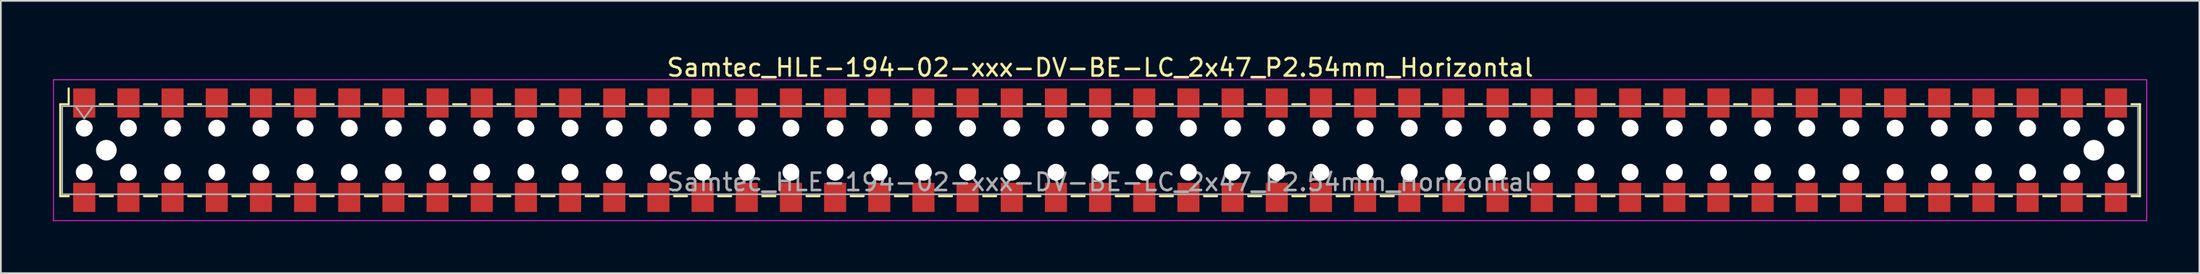
<source format=kicad_pcb>
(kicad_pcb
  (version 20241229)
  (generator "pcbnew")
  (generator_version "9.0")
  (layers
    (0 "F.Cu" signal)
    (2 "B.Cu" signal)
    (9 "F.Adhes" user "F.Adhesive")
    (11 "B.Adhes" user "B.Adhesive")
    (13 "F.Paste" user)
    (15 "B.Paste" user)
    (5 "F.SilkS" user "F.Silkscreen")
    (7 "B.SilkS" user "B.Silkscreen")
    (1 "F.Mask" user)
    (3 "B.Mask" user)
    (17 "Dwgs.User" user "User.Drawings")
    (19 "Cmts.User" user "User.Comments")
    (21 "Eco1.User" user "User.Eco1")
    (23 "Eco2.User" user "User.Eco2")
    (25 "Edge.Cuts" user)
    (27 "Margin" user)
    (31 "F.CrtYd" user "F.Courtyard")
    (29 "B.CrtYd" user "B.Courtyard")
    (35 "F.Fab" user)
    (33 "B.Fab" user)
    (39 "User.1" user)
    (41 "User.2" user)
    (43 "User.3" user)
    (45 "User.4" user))
  (footprint "Samtec_HLE-194-02-xxx-DV-BE-LC_2x47_P2.54mm_Horizontal"
    (layer "F.Cu")
    (at 60.215 5.608)
    (property "Reference" "Samtec_HLE-194-02-xxx-DV-BE-LC_2x47_P2.54mm_Horizontal" (at 0 -4.76 0) (layer "F.SilkS") (effects (font (size 1 1) (thickness 0.15))))
    (attr smd)
    (fp_line (start -59.8 -2.65) (end -59.8 2.65) (stroke (width 0.12) (type solid)) (layer "F.SilkS"))
    (fp_line (start -59.8 2.65) (end -59.315 2.65) (stroke (width 0.12) (type solid)) (layer "F.SilkS"))
    (fp_line (start -59.315 -3.56) (end -59.315 -2.65) (stroke (width 0.12) (type solid)) (layer "F.SilkS"))
    (fp_line (start -59.315 -2.65) (end -59.8 -2.65) (stroke (width 0.12) (type solid)) (layer "F.SilkS"))
    (fp_line (start -57.525 -2.65) (end -56.775 -2.65) (stroke (width 0.12) (type solid)) (layer "F.SilkS"))
    (fp_line (start -57.525 2.65) (end -56.775 2.65) (stroke (width 0.12) (type solid)) (layer "F.SilkS"))
    (fp_line (start -54.985 -2.65) (end -54.235 -2.65) (stroke (width 0.12) (type solid)) (layer "F.SilkS"))
    (fp_line (start -54.985 2.65) (end -54.235 2.65) (stroke (width 0.12) (type solid)) (layer "F.SilkS"))
    (fp_line (start -52.445 -2.65) (end -51.695 -2.65) (stroke (width 0.12) (type solid)) (layer "F.SilkS"))
    (fp_line (start -52.445 2.65) (end -51.695 2.65) (stroke (width 0.12) (type solid)) (layer "F.SilkS"))
    (fp_line (start -49.905 -2.65) (end -49.155 -2.65) (stroke (width 0.12) (type solid)) (layer "F.SilkS"))
    (fp_line (start -49.905 2.65) (end -49.155 2.65) (stroke (width 0.12) (type solid)) (layer "F.SilkS"))
    (fp_line (start -47.365 -2.65) (end -46.615 -2.65) (stroke (width 0.12) (type solid)) (layer "F.SilkS"))
    (fp_line (start -47.365 2.65) (end -46.615 2.65) (stroke (width 0.12) (type solid)) (layer "F.SilkS"))
    (fp_line (start -44.825 -2.65) (end -44.075 -2.65) (stroke (width 0.12) (type solid)) (layer "F.SilkS"))
    (fp_line (start -44.825 2.65) (end -44.075 2.65) (stroke (width 0.12) (type solid)) (layer "F.SilkS"))
    (fp_line (start -42.285 -2.65) (end -41.535 -2.65) (stroke (width 0.12) (type solid)) (layer "F.SilkS"))
    (fp_line (start -42.285 2.65) (end -41.535 2.65) (stroke (width 0.12) (type solid)) (layer "F.SilkS"))
    (fp_line (start -39.745 -2.65) (end -38.995 -2.65) (stroke (width 0.12) (type solid)) (layer "F.SilkS"))
    (fp_line (start -39.745 2.65) (end -38.995 2.65) (stroke (width 0.12) (type solid)) (layer "F.SilkS"))
    (fp_line (start -37.205 -2.65) (end -36.455 -2.65) (stroke (width 0.12) (type solid)) (layer "F.SilkS"))
    (fp_line (start -37.205 2.65) (end -36.455 2.65) (stroke (width 0.12) (type solid)) (layer "F.SilkS"))
    (fp_line (start -34.665 -2.65) (end -33.915 -2.65) (stroke (width 0.12) (type solid)) (layer "F.SilkS"))
    (fp_line (start -34.665 2.65) (end -33.915 2.65) (stroke (width 0.12) (type solid)) (layer "F.SilkS"))
    (fp_line (start -32.125 -2.65) (end -31.375 -2.65) (stroke (width 0.12) (type solid)) (layer "F.SilkS"))
    (fp_line (start -32.125 2.65) (end -31.375 2.65) (stroke (width 0.12) (type solid)) (layer "F.SilkS"))
    (fp_line (start -29.585 -2.65) (end -28.835 -2.65) (stroke (width 0.12) (type solid)) (layer "F.SilkS"))
    (fp_line (start -29.585 2.65) (end -28.835 2.65) (stroke (width 0.12) (type solid)) (layer "F.SilkS"))
    (fp_line (start -27.045 -2.65) (end -26.295 -2.65) (stroke (width 0.12) (type solid)) (layer "F.SilkS"))
    (fp_line (start -27.045 2.65) (end -26.295 2.65) (stroke (width 0.12) (type solid)) (layer "F.SilkS"))
    (fp_line (start -24.505 -2.65) (end -23.755 -2.65) (stroke (width 0.12) (type solid)) (layer "F.SilkS"))
    (fp_line (start -24.505 2.65) (end -23.755 2.65) (stroke (width 0.12) (type solid)) (layer "F.SilkS"))
    (fp_line (start -21.965 -2.65) (end -21.215 -2.65) (stroke (width 0.12) (type solid)) (layer "F.SilkS"))
    (fp_line (start -21.965 2.65) (end -21.215 2.65) (stroke (width 0.12) (type solid)) (layer "F.SilkS"))
    (fp_line (start -19.425 -2.65) (end -18.675 -2.65) (stroke (width 0.12) (type solid)) (layer "F.SilkS"))
    (fp_line (start -19.425 2.65) (end -18.675 2.65) (stroke (width 0.12) (type solid)) (layer "F.SilkS"))
    (fp_line (start -16.885 -2.65) (end -16.135 -2.65) (stroke (width 0.12) (type solid)) (layer "F.SilkS"))
    (fp_line (start -16.885 2.65) (end -16.135 2.65) (stroke (width 0.12) (type solid)) (layer "F.SilkS"))
    (fp_line (start -14.345 -2.65) (end -13.595 -2.65) (stroke (width 0.12) (type solid)) (layer "F.SilkS"))
    (fp_line (start -14.345 2.65) (end -13.595 2.65) (stroke (width 0.12) (type solid)) (layer "F.SilkS"))
    (fp_line (start -11.805 -2.65) (end -11.055 -2.65) (stroke (width 0.12) (type solid)) (layer "F.SilkS"))
    (fp_line (start -11.805 2.65) (end -11.055 2.65) (stroke (width 0.12) (type solid)) (layer "F.SilkS"))
    (fp_line (start -9.265 -2.65) (end -8.515 -2.65) (stroke (width 0.12) (type solid)) (layer "F.SilkS"))
    (fp_line (start -9.265 2.65) (end -8.515 2.65) (stroke (width 0.12) (type solid)) (layer "F.SilkS"))
    (fp_line (start -6.725 -2.65) (end -5.975 -2.65) (stroke (width 0.12) (type solid)) (layer "F.SilkS"))
    (fp_line (start -6.725 2.65) (end -5.975 2.65) (stroke (width 0.12) (type solid)) (layer "F.SilkS"))
    (fp_line (start -4.185 -2.65) (end -3.435 -2.65) (stroke (width 0.12) (type solid)) (layer "F.SilkS"))
    (fp_line (start -4.185 2.65) (end -3.435 2.65) (stroke (width 0.12) (type solid)) (layer "F.SilkS"))
    (fp_line (start -1.645 -2.65) (end -0.895 -2.65) (stroke (width 0.12) (type solid)) (layer "F.SilkS"))
    (fp_line (start -1.645 2.65) (end -0.895 2.65) (stroke (width 0.12) (type solid)) (layer "F.SilkS"))
    (fp_line (start 0.895 -2.65) (end 1.645 -2.65) (stroke (width 0.12) (type solid)) (layer "F.SilkS"))
    (fp_line (start 0.895 2.65) (end 1.645 2.65) (stroke (width 0.12) (type solid)) (layer "F.SilkS"))
    (fp_line (start 3.435 -2.65) (end 4.185 -2.65) (stroke (width 0.12) (type solid)) (layer "F.SilkS"))
    (fp_line (start 3.435 2.65) (end 4.185 2.65) (stroke (width 0.12) (type solid)) (layer "F.SilkS"))
    (fp_line (start 5.975 -2.65) (end 6.725 -2.65) (stroke (width 0.12) (type solid)) (layer "F.SilkS"))
    (fp_line (start 5.975 2.65) (end 6.725 2.65) (stroke (width 0.12) (type solid)) (layer "F.SilkS"))
    (fp_line (start 8.515 -2.65) (end 9.265 -2.65) (stroke (width 0.12) (type solid)) (layer "F.SilkS"))
    (fp_line (start 8.515 2.65) (end 9.265 2.65) (stroke (width 0.12) (type solid)) (layer "F.SilkS"))
    (fp_line (start 11.055 -2.65) (end 11.805 -2.65) (stroke (width 0.12) (type solid)) (layer "F.SilkS"))
    (fp_line (start 11.055 2.65) (end 11.805 2.65) (stroke (width 0.12) (type solid)) (layer "F.SilkS"))
    (fp_line (start 13.595 -2.65) (end 14.345 -2.65) (stroke (width 0.12) (type solid)) (layer "F.SilkS"))
    (fp_line (start 13.595 2.65) (end 14.345 2.65) (stroke (width 0.12) (type solid)) (layer "F.SilkS"))
    (fp_line (start 16.135 -2.65) (end 16.885 -2.65) (stroke (width 0.12) (type solid)) (layer "F.SilkS"))
    (fp_line (start 16.135 2.65) (end 16.885 2.65) (stroke (width 0.12) (type solid)) (layer "F.SilkS"))
    (fp_line (start 18.675 -2.65) (end 19.425 -2.65) (stroke (width 0.12) (type solid)) (layer "F.SilkS"))
    (fp_line (start 18.675 2.65) (end 19.425 2.65) (stroke (width 0.12) (type solid)) (layer "F.SilkS"))
    (fp_line (start 21.215 -2.65) (end 21.965 -2.65) (stroke (width 0.12) (type solid)) (layer "F.SilkS"))
    (fp_line (start 21.215 2.65) (end 21.965 2.65) (stroke (width 0.12) (type solid)) (layer "F.SilkS"))
    (fp_line (start 23.755 -2.65) (end 24.505 -2.65) (stroke (width 0.12) (type solid)) (layer "F.SilkS"))
    (fp_line (start 23.755 2.65) (end 24.505 2.65) (stroke (width 0.12) (type solid)) (layer "F.SilkS"))
    (fp_line (start 26.295 -2.65) (end 27.045 -2.65) (stroke (width 0.12) (type solid)) (layer "F.SilkS"))
    (fp_line (start 26.295 2.65) (end 27.045 2.65) (stroke (width 0.12) (type solid)) (layer "F.SilkS"))
    (fp_line (start 28.835 -2.65) (end 29.585 -2.65) (stroke (width 0.12) (type solid)) (layer "F.SilkS"))
    (fp_line (start 28.835 2.65) (end 29.585 2.65) (stroke (width 0.12) (type solid)) (layer "F.SilkS"))
    (fp_line (start 31.375 -2.65) (end 32.125 -2.65) (stroke (width 0.12) (type solid)) (layer "F.SilkS"))
    (fp_line (start 31.375 2.65) (end 32.125 2.65) (stroke (width 0.12) (type solid)) (layer "F.SilkS"))
    (fp_line (start 33.915 -2.65) (end 34.665 -2.65) (stroke (width 0.12) (type solid)) (layer "F.SilkS"))
    (fp_line (start 33.915 2.65) (end 34.665 2.65) (stroke (width 0.12) (type solid)) (layer "F.SilkS"))
    (fp_line (start 36.455 -2.65) (end 37.205 -2.65) (stroke (width 0.12) (type solid)) (layer "F.SilkS"))
    (fp_line (start 36.455 2.65) (end 37.205 2.65) (stroke (width 0.12) (type solid)) (layer "F.SilkS"))
    (fp_line (start 38.995 -2.65) (end 39.745 -2.65) (stroke (width 0.12) (type solid)) (layer "F.SilkS"))
    (fp_line (start 38.995 2.65) (end 39.745 2.65) (stroke (width 0.12) (type solid)) (layer "F.SilkS"))
    (fp_line (start 41.535 -2.65) (end 42.285 -2.65) (stroke (width 0.12) (type solid)) (layer "F.SilkS"))
    (fp_line (start 41.535 2.65) (end 42.285 2.65) (stroke (width 0.12) (type solid)) (layer "F.SilkS"))
    (fp_line (start 44.075 -2.65) (end 44.825 -2.65) (stroke (width 0.12) (type solid)) (layer "F.SilkS"))
    (fp_line (start 44.075 2.65) (end 44.825 2.65) (stroke (width 0.12) (type solid)) (layer "F.SilkS"))
    (fp_line (start 46.615 -2.65) (end 47.365 -2.65) (stroke (width 0.12) (type solid)) (layer "F.SilkS"))
    (fp_line (start 46.615 2.65) (end 47.365 2.65) (stroke (width 0.12) (type solid)) (layer "F.SilkS"))
    (fp_line (start 49.155 -2.65) (end 49.905 -2.65) (stroke (width 0.12) (type solid)) (layer "F.SilkS"))
    (fp_line (start 49.155 2.65) (end 49.905 2.65) (stroke (width 0.12) (type solid)) (layer "F.SilkS"))
    (fp_line (start 51.695 -2.65) (end 52.445 -2.65) (stroke (width 0.12) (type solid)) (layer "F.SilkS"))
    (fp_line (start 51.695 2.65) (end 52.445 2.65) (stroke (width 0.12) (type solid)) (layer "F.SilkS"))
    (fp_line (start 54.235 -2.65) (end 54.985 -2.65) (stroke (width 0.12) (type solid)) (layer "F.SilkS"))
    (fp_line (start 54.235 2.65) (end 54.985 2.65) (stroke (width 0.12) (type solid)) (layer "F.SilkS"))
    (fp_line (start 56.775 -2.65) (end 57.525 -2.65) (stroke (width 0.12) (type solid)) (layer "F.SilkS"))
    (fp_line (start 56.775 2.65) (end 57.525 2.65) (stroke (width 0.12) (type solid)) (layer "F.SilkS"))
    (fp_line (start 59.315 -2.65) (end 59.8 -2.65) (stroke (width 0.12) (type solid)) (layer "F.SilkS"))
    (fp_line (start 59.8 -2.65) (end 59.8 2.65) (stroke (width 0.12) (type solid)) (layer "F.SilkS"))
    (fp_line (start 59.8 2.65) (end 59.315 2.65) (stroke (width 0.12) (type solid)) (layer "F.SilkS"))
    (fp_line (start -60.19 -4.06) (end 60.19 -4.06) (stroke (width 0.05) (type solid)) (layer "F.CrtYd"))
    (fp_line (start -60.19 4.06) (end -60.19 -4.06) (stroke (width 0.05) (type solid)) (layer "F.CrtYd"))
    (fp_line (start 60.19 -4.06) (end 60.19 4.06) (stroke (width 0.05) (type solid)) (layer "F.CrtYd"))
    (fp_line (start 60.19 4.06) (end -60.19 4.06) (stroke (width 0.05) (type solid)) (layer "F.CrtYd"))
    (fp_line (start -59.69 -2.54) (end 59.69 -2.54) (stroke (width 0.1) (type solid)) (layer "F.Fab"))
    (fp_line (start -59.69 2.54) (end -59.69 -2.54) (stroke (width 0.1) (type solid)) (layer "F.Fab"))
    (fp_line (start -58.92 -2.54) (end -58.42 -1.833) (stroke (width 0.1) (type solid)) (layer "F.Fab"))
    (fp_line (start -58.42 -1.833) (end -57.92 -2.54) (stroke (width 0.1) (type solid)) (layer "F.Fab"))
    (fp_line (start 59.69 -2.54) (end 59.69 2.54) (stroke (width 0.1) (type solid)) (layer "F.Fab"))
    (fp_line (start 59.69 2.54) (end -59.69 2.54) (stroke (width 0.1) (type solid)) (layer "F.Fab"))
    (fp_text user "${REFERENCE}" (at 0 1.84 0) (layer "F.Fab") (effects (font (size 1 1) (thickness 0.15))))
    (pad "" np_thru_hole circle (at -58.42 -1.27) (size 0.97 0.97) (drill 0.97) (layers "*.Cu" "*.Mask"))
    (pad "" np_thru_hole circle (at -58.42 1.27) (size 0.97 0.97) (drill 0.97) (layers "*.Cu" "*.Mask"))
    (pad "" np_thru_hole circle (at -57.15 0) (size 1.19 1.19) (drill 1.19) (layers "*.Cu" "*.Mask"))
    (pad "" np_thru_hole circle (at -55.88 -1.27) (size 0.97 0.97) (drill 0.97) (layers "*.Cu" "*.Mask"))
    (pad "" np_thru_hole circle (at -55.88 1.27) (size 0.97 0.97) (drill 0.97) (layers "*.Cu" "*.Mask"))
    (pad "" np_thru_hole circle (at -53.34 -1.27) (size 0.97 0.97) (drill 0.97) (layers "*.Cu" "*.Mask"))
    (pad "" np_thru_hole circle (at -53.34 1.27) (size 0.97 0.97) (drill 0.97) (layers "*.Cu" "*.Mask"))
    (pad "" np_thru_hole circle (at -50.8 -1.27) (size 0.97 0.97) (drill 0.97) (layers "*.Cu" "*.Mask"))
    (pad "" np_thru_hole circle (at -50.8 1.27) (size 0.97 0.97) (drill 0.97) (layers "*.Cu" "*.Mask"))
    (pad "" np_thru_hole circle (at -48.26 -1.27) (size 0.97 0.97) (drill 0.97) (layers "*.Cu" "*.Mask"))
    (pad "" np_thru_hole circle (at -48.26 1.27) (size 0.97 0.97) (drill 0.97) (layers "*.Cu" "*.Mask"))
    (pad "" np_thru_hole circle (at -45.72 -1.27) (size 0.97 0.97) (drill 0.97) (layers "*.Cu" "*.Mask"))
    (pad "" np_thru_hole circle (at -45.72 1.27) (size 0.97 0.97) (drill 0.97) (layers "*.Cu" "*.Mask"))
    (pad "" np_thru_hole circle (at -43.18 -1.27) (size 0.97 0.97) (drill 0.97) (layers "*.Cu" "*.Mask"))
    (pad "" np_thru_hole circle (at -43.18 1.27) (size 0.97 0.97) (drill 0.97) (layers "*.Cu" "*.Mask"))
    (pad "" np_thru_hole circle (at -40.64 -1.27) (size 0.97 0.97) (drill 0.97) (layers "*.Cu" "*.Mask"))
    (pad "" np_thru_hole circle (at -40.64 1.27) (size 0.97 0.97) (drill 0.97) (layers "*.Cu" "*.Mask"))
    (pad "" np_thru_hole circle (at -38.1 -1.27) (size 0.97 0.97) (drill 0.97) (layers "*.Cu" "*.Mask"))
    (pad "" np_thru_hole circle (at -38.1 1.27) (size 0.97 0.97) (drill 0.97) (layers "*.Cu" "*.Mask"))
    (pad "" np_thru_hole circle (at -35.56 -1.27) (size 0.97 0.97) (drill 0.97) (layers "*.Cu" "*.Mask"))
    (pad "" np_thru_hole circle (at -35.56 1.27) (size 0.97 0.97) (drill 0.97) (layers "*.Cu" "*.Mask"))
    (pad "" np_thru_hole circle (at -33.02 -1.27) (size 0.97 0.97) (drill 0.97) (layers "*.Cu" "*.Mask"))
    (pad "" np_thru_hole circle (at -33.02 1.27) (size 0.97 0.97) (drill 0.97) (layers "*.Cu" "*.Mask"))
    (pad "" np_thru_hole circle (at -30.48 -1.27) (size 0.97 0.97) (drill 0.97) (layers "*.Cu" "*.Mask"))
    (pad "" np_thru_hole circle (at -30.48 1.27) (size 0.97 0.97) (drill 0.97) (layers "*.Cu" "*.Mask"))
    (pad "" np_thru_hole circle (at -27.94 -1.27) (size 0.97 0.97) (drill 0.97) (layers "*.Cu" "*.Mask"))
    (pad "" np_thru_hole circle (at -27.94 1.27) (size 0.97 0.97) (drill 0.97) (layers "*.Cu" "*.Mask"))
    (pad "" np_thru_hole circle (at -25.4 -1.27) (size 0.97 0.97) (drill 0.97) (layers "*.Cu" "*.Mask"))
    (pad "" np_thru_hole circle (at -25.4 1.27) (size 0.97 0.97) (drill 0.97) (layers "*.Cu" "*.Mask"))
    (pad "" np_thru_hole circle (at -22.86 -1.27) (size 0.97 0.97) (drill 0.97) (layers "*.Cu" "*.Mask"))
    (pad "" np_thru_hole circle (at -22.86 1.27) (size 0.97 0.97) (drill 0.97) (layers "*.Cu" "*.Mask"))
    (pad "" np_thru_hole circle (at -20.32 -1.27) (size 0.97 0.97) (drill 0.97) (layers "*.Cu" "*.Mask"))
    (pad "" np_thru_hole circle (at -20.32 1.27) (size 0.97 0.97) (drill 0.97) (layers "*.Cu" "*.Mask"))
    (pad "" np_thru_hole circle (at -17.78 -1.27) (size 0.97 0.97) (drill 0.97) (layers "*.Cu" "*.Mask"))
    (pad "" np_thru_hole circle (at -17.78 1.27) (size 0.97 0.97) (drill 0.97) (layers "*.Cu" "*.Mask"))
    (pad "" np_thru_hole circle (at -15.24 -1.27) (size 0.97 0.97) (drill 0.97) (layers "*.Cu" "*.Mask"))
    (pad "" np_thru_hole circle (at -15.24 1.27) (size 0.97 0.97) (drill 0.97) (layers "*.Cu" "*.Mask"))
    (pad "" np_thru_hole circle (at -12.7 -1.27) (size 0.97 0.97) (drill 0.97) (layers "*.Cu" "*.Mask"))
    (pad "" np_thru_hole circle (at -12.7 1.27) (size 0.97 0.97) (drill 0.97) (layers "*.Cu" "*.Mask"))
    (pad "" np_thru_hole circle (at -10.16 -1.27) (size 0.97 0.97) (drill 0.97) (layers "*.Cu" "*.Mask"))
    (pad "" np_thru_hole circle (at -10.16 1.27) (size 0.97 0.97) (drill 0.97) (layers "*.Cu" "*.Mask"))
    (pad "" np_thru_hole circle (at -7.62 -1.27) (size 0.97 0.97) (drill 0.97) (layers "*.Cu" "*.Mask"))
    (pad "" np_thru_hole circle (at -7.62 1.27) (size 0.97 0.97) (drill 0.97) (layers "*.Cu" "*.Mask"))
    (pad "" np_thru_hole circle (at -5.08 -1.27) (size 0.97 0.97) (drill 0.97) (layers "*.Cu" "*.Mask"))
    (pad "" np_thru_hole circle (at -5.08 1.27) (size 0.97 0.97) (drill 0.97) (layers "*.Cu" "*.Mask"))
    (pad "" np_thru_hole circle (at -2.54 -1.27) (size 0.97 0.97) (drill 0.97) (layers "*.Cu" "*.Mask"))
    (pad "" np_thru_hole circle (at -2.54 1.27) (size 0.97 0.97) (drill 0.97) (layers "*.Cu" "*.Mask"))
    (pad "" np_thru_hole circle (at 0 -1.27) (size 0.97 0.97) (drill 0.97) (layers "*.Cu" "*.Mask"))
    (pad "" np_thru_hole circle (at 0 1.27) (size 0.97 0.97) (drill 0.97) (layers "*.Cu" "*.Mask"))
    (pad "" np_thru_hole circle (at 2.54 -1.27) (size 0.97 0.97) (drill 0.97) (layers "*.Cu" "*.Mask"))
    (pad "" np_thru_hole circle (at 2.54 1.27) (size 0.97 0.97) (drill 0.97) (layers "*.Cu" "*.Mask"))
    (pad "" np_thru_hole circle (at 5.08 -1.27) (size 0.97 0.97) (drill 0.97) (layers "*.Cu" "*.Mask"))
    (pad "" np_thru_hole circle (at 5.08 1.27) (size 0.97 0.97) (drill 0.97) (layers "*.Cu" "*.Mask"))
    (pad "" np_thru_hole circle (at 7.62 -1.27) (size 0.97 0.97) (drill 0.97) (layers "*.Cu" "*.Mask"))
    (pad "" np_thru_hole circle (at 7.62 1.27) (size 0.97 0.97) (drill 0.97) (layers "*.Cu" "*.Mask"))
    (pad "" np_thru_hole circle (at 10.16 -1.27) (size 0.97 0.97) (drill 0.97) (layers "*.Cu" "*.Mask"))
    (pad "" np_thru_hole circle (at 10.16 1.27) (size 0.97 0.97) (drill 0.97) (layers "*.Cu" "*.Mask"))
    (pad "" np_thru_hole circle (at 12.7 -1.27) (size 0.97 0.97) (drill 0.97) (layers "*.Cu" "*.Mask"))
    (pad "" np_thru_hole circle (at 12.7 1.27) (size 0.97 0.97) (drill 0.97) (layers "*.Cu" "*.Mask"))
    (pad "" np_thru_hole circle (at 15.24 -1.27) (size 0.97 0.97) (drill 0.97) (layers "*.Cu" "*.Mask"))
    (pad "" np_thru_hole circle (at 15.24 1.27) (size 0.97 0.97) (drill 0.97) (layers "*.Cu" "*.Mask"))
    (pad "" np_thru_hole circle (at 17.78 -1.27) (size 0.97 0.97) (drill 0.97) (layers "*.Cu" "*.Mask"))
    (pad "" np_thru_hole circle (at 17.78 1.27) (size 0.97 0.97) (drill 0.97) (layers "*.Cu" "*.Mask"))
    (pad "" np_thru_hole circle (at 20.32 -1.27) (size 0.97 0.97) (drill 0.97) (layers "*.Cu" "*.Mask"))
    (pad "" np_thru_hole circle (at 20.32 1.27) (size 0.97 0.97) (drill 0.97) (layers "*.Cu" "*.Mask"))
    (pad "" np_thru_hole circle (at 22.86 -1.27) (size 0.97 0.97) (drill 0.97) (layers "*.Cu" "*.Mask"))
    (pad "" np_thru_hole circle (at 22.86 1.27) (size 0.97 0.97) (drill 0.97) (layers "*.Cu" "*.Mask"))
    (pad "" np_thru_hole circle (at 25.4 -1.27) (size 0.97 0.97) (drill 0.97) (layers "*.Cu" "*.Mask"))
    (pad "" np_thru_hole circle (at 25.4 1.27) (size 0.97 0.97) (drill 0.97) (layers "*.Cu" "*.Mask"))
    (pad "" np_thru_hole circle (at 27.94 -1.27) (size 0.97 0.97) (drill 0.97) (layers "*.Cu" "*.Mask"))
    (pad "" np_thru_hole circle (at 27.94 1.27) (size 0.97 0.97) (drill 0.97) (layers "*.Cu" "*.Mask"))
    (pad "" np_thru_hole circle (at 30.48 -1.27) (size 0.97 0.97) (drill 0.97) (layers "*.Cu" "*.Mask"))
    (pad "" np_thru_hole circle (at 30.48 1.27) (size 0.97 0.97) (drill 0.97) (layers "*.Cu" "*.Mask"))
    (pad "" np_thru_hole circle (at 33.02 -1.27) (size 0.97 0.97) (drill 0.97) (layers "*.Cu" "*.Mask"))
    (pad "" np_thru_hole circle (at 33.02 1.27) (size 0.97 0.97) (drill 0.97) (layers "*.Cu" "*.Mask"))
    (pad "" np_thru_hole circle (at 35.56 -1.27) (size 0.97 0.97) (drill 0.97) (layers "*.Cu" "*.Mask"))
    (pad "" np_thru_hole circle (at 35.56 1.27) (size 0.97 0.97) (drill 0.97) (layers "*.Cu" "*.Mask"))
    (pad "" np_thru_hole circle (at 38.1 -1.27) (size 0.97 0.97) (drill 0.97) (layers "*.Cu" "*.Mask"))
    (pad "" np_thru_hole circle (at 38.1 1.27) (size 0.97 0.97) (drill 0.97) (layers "*.Cu" "*.Mask"))
    (pad "" np_thru_hole circle (at 40.64 -1.27) (size 0.97 0.97) (drill 0.97) (layers "*.Cu" "*.Mask"))
    (pad "" np_thru_hole circle (at 40.64 1.27) (size 0.97 0.97) (drill 0.97) (layers "*.Cu" "*.Mask"))
    (pad "" np_thru_hole circle (at 43.18 -1.27) (size 0.97 0.97) (drill 0.97) (layers "*.Cu" "*.Mask"))
    (pad "" np_thru_hole circle (at 43.18 1.27) (size 0.97 0.97) (drill 0.97) (layers "*.Cu" "*.Mask"))
    (pad "" np_thru_hole circle (at 45.72 -1.27) (size 0.97 0.97) (drill 0.97) (layers "*.Cu" "*.Mask"))
    (pad "" np_thru_hole circle (at 45.72 1.27) (size 0.97 0.97) (drill 0.97) (layers "*.Cu" "*.Mask"))
    (pad "" np_thru_hole circle (at 48.26 -1.27) (size 0.97 0.97) (drill 0.97) (layers "*.Cu" "*.Mask"))
    (pad "" np_thru_hole circle (at 48.26 1.27) (size 0.97 0.97) (drill 0.97) (layers "*.Cu" "*.Mask"))
    (pad "" np_thru_hole circle (at 50.8 -1.27) (size 0.97 0.97) (drill 0.97) (layers "*.Cu" "*.Mask"))
    (pad "" np_thru_hole circle (at 50.8 1.27) (size 0.97 0.97) (drill 0.97) (layers "*.Cu" "*.Mask"))
    (pad "" np_thru_hole circle (at 53.34 -1.27) (size 0.97 0.97) (drill 0.97) (layers "*.Cu" "*.Mask"))
    (pad "" np_thru_hole circle (at 53.34 1.27) (size 0.97 0.97) (drill 0.97) (layers "*.Cu" "*.Mask"))
    (pad "" np_thru_hole circle (at 55.88 -1.27) (size 0.97 0.97) (drill 0.97) (layers "*.Cu" "*.Mask"))
    (pad "" np_thru_hole circle (at 55.88 1.27) (size 0.97 0.97) (drill 0.97) (layers "*.Cu" "*.Mask"))
    (pad "" np_thru_hole circle (at 57.15 0) (size 1.19 1.19) (drill 1.19) (layers "*.Cu" "*.Mask"))
    (pad "" np_thru_hole circle (at 58.42 -1.27) (size 0.97 0.97) (drill 0.97) (layers "*.Cu" "*.Mask"))
    (pad "" np_thru_hole circle (at 58.42 1.27) (size 0.97 0.97) (drill 0.97) (layers "*.Cu" "*.Mask"))
    (pad "1" smd rect (at -58.42 -2.72) (size 1.27 1.68) (layers "F.Cu" "F.Mask" "F.Paste"))
    (pad "2" smd rect (at -58.42 2.72) (size 1.27 1.68) (layers "F.Cu" "F.Mask" "F.Paste"))
    (pad "3" smd rect (at -55.88 -2.72) (size 1.27 1.68) (layers "F.Cu" "F.Mask" "F.Paste"))
    (pad "4" smd rect (at -55.88 2.72) (size 1.27 1.68) (layers "F.Cu" "F.Mask" "F.Paste"))
    (pad "5" smd rect (at -53.34 -2.72) (size 1.27 1.68) (layers "F.Cu" "F.Mask" "F.Paste"))
    (pad "6" smd rect (at -53.34 2.72) (size 1.27 1.68) (layers "F.Cu" "F.Mask" "F.Paste"))
    (pad "7" smd rect (at -50.8 -2.72) (size 1.27 1.68) (layers "F.Cu" "F.Mask" "F.Paste"))
    (pad "8" smd rect (at -50.8 2.72) (size 1.27 1.68) (layers "F.Cu" "F.Mask" "F.Paste"))
    (pad "9" smd rect (at -48.26 -2.72) (size 1.27 1.68) (layers "F.Cu" "F.Mask" "F.Paste"))
    (pad "10" smd rect (at -48.26 2.72) (size 1.27 1.68) (layers "F.Cu" "F.Mask" "F.Paste"))
    (pad "11" smd rect (at -45.72 -2.72) (size 1.27 1.68) (layers "F.Cu" "F.Mask" "F.Paste"))
    (pad "12" smd rect (at -45.72 2.72) (size 1.27 1.68) (layers "F.Cu" "F.Mask" "F.Paste"))
    (pad "13" smd rect (at -43.18 -2.72) (size 1.27 1.68) (layers "F.Cu" "F.Mask" "F.Paste"))
    (pad "14" smd rect (at -43.18 2.72) (size 1.27 1.68) (layers "F.Cu" "F.Mask" "F.Paste"))
    (pad "15" smd rect (at -40.64 -2.72) (size 1.27 1.68) (layers "F.Cu" "F.Mask" "F.Paste"))
    (pad "16" smd rect (at -40.64 2.72) (size 1.27 1.68) (layers "F.Cu" "F.Mask" "F.Paste"))
    (pad "17" smd rect (at -38.1 -2.72) (size 1.27 1.68) (layers "F.Cu" "F.Mask" "F.Paste"))
    (pad "18" smd rect (at -38.1 2.72) (size 1.27 1.68) (layers "F.Cu" "F.Mask" "F.Paste"))
    (pad "19" smd rect (at -35.56 -2.72) (size 1.27 1.68) (layers "F.Cu" "F.Mask" "F.Paste"))
    (pad "20" smd rect (at -35.56 2.72) (size 1.27 1.68) (layers "F.Cu" "F.Mask" "F.Paste"))
    (pad "21" smd rect (at -33.02 -2.72) (size 1.27 1.68) (layers "F.Cu" "F.Mask" "F.Paste"))
    (pad "22" smd rect (at -33.02 2.72) (size 1.27 1.68) (layers "F.Cu" "F.Mask" "F.Paste"))
    (pad "23" smd rect (at -30.48 -2.72) (size 1.27 1.68) (layers "F.Cu" "F.Mask" "F.Paste"))
    (pad "24" smd rect (at -30.48 2.72) (size 1.27 1.68) (layers "F.Cu" "F.Mask" "F.Paste"))
    (pad "25" smd rect (at -27.94 -2.72) (size 1.27 1.68) (layers "F.Cu" "F.Mask" "F.Paste"))
    (pad "26" smd rect (at -27.94 2.72) (size 1.27 1.68) (layers "F.Cu" "F.Mask" "F.Paste"))
    (pad "27" smd rect (at -25.4 -2.72) (size 1.27 1.68) (layers "F.Cu" "F.Mask" "F.Paste"))
    (pad "28" smd rect (at -25.4 2.72) (size 1.27 1.68) (layers "F.Cu" "F.Mask" "F.Paste"))
    (pad "29" smd rect (at -22.86 -2.72) (size 1.27 1.68) (layers "F.Cu" "F.Mask" "F.Paste"))
    (pad "30" smd rect (at -22.86 2.72) (size 1.27 1.68) (layers "F.Cu" "F.Mask" "F.Paste"))
    (pad "31" smd rect (at -20.32 -2.72) (size 1.27 1.68) (layers "F.Cu" "F.Mask" "F.Paste"))
    (pad "32" smd rect (at -20.32 2.72) (size 1.27 1.68) (layers "F.Cu" "F.Mask" "F.Paste"))
    (pad "33" smd rect (at -17.78 -2.72) (size 1.27 1.68) (layers "F.Cu" "F.Mask" "F.Paste"))
    (pad "34" smd rect (at -17.78 2.72) (size 1.27 1.68) (layers "F.Cu" "F.Mask" "F.Paste"))
    (pad "35" smd rect (at -15.24 -2.72) (size 1.27 1.68) (layers "F.Cu" "F.Mask" "F.Paste"))
    (pad "36" smd rect (at -15.24 2.72) (size 1.27 1.68) (layers "F.Cu" "F.Mask" "F.Paste"))
    (pad "37" smd rect (at -12.7 -2.72) (size 1.27 1.68) (layers "F.Cu" "F.Mask" "F.Paste"))
    (pad "38" smd rect (at -12.7 2.72) (size 1.27 1.68) (layers "F.Cu" "F.Mask" "F.Paste"))
    (pad "39" smd rect (at -10.16 -2.72) (size 1.27 1.68) (layers "F.Cu" "F.Mask" "F.Paste"))
    (pad "40" smd rect (at -10.16 2.72) (size 1.27 1.68) (layers "F.Cu" "F.Mask" "F.Paste"))
    (pad "41" smd rect (at -7.62 -2.72) (size 1.27 1.68) (layers "F.Cu" "F.Mask" "F.Paste"))
    (pad "42" smd rect (at -7.62 2.72) (size 1.27 1.68) (layers "F.Cu" "F.Mask" "F.Paste"))
    (pad "43" smd rect (at -5.08 -2.72) (size 1.27 1.68) (layers "F.Cu" "F.Mask" "F.Paste"))
    (pad "44" smd rect (at -5.08 2.72) (size 1.27 1.68) (layers "F.Cu" "F.Mask" "F.Paste"))
    (pad "45" smd rect (at -2.54 -2.72) (size 1.27 1.68) (layers "F.Cu" "F.Mask" "F.Paste"))
    (pad "46" smd rect (at -2.54 2.72) (size 1.27 1.68) (layers "F.Cu" "F.Mask" "F.Paste"))
    (pad "47" smd rect (at 0 -2.72) (size 1.27 1.68) (layers "F.Cu" "F.Mask" "F.Paste"))
    (pad "48" smd rect (at 0 2.72) (size 1.27 1.68) (layers "F.Cu" "F.Mask" "F.Paste"))
    (pad "49" smd rect (at 2.54 -2.72) (size 1.27 1.68) (layers "F.Cu" "F.Mask" "F.Paste"))
    (pad "50" smd rect (at 2.54 2.72) (size 1.27 1.68) (layers "F.Cu" "F.Mask" "F.Paste"))
    (pad "51" smd rect (at 5.08 -2.72) (size 1.27 1.68) (layers "F.Cu" "F.Mask" "F.Paste"))
    (pad "52" smd rect (at 5.08 2.72) (size 1.27 1.68) (layers "F.Cu" "F.Mask" "F.Paste"))
    (pad "53" smd rect (at 7.62 -2.72) (size 1.27 1.68) (layers "F.Cu" "F.Mask" "F.Paste"))
    (pad "54" smd rect (at 7.62 2.72) (size 1.27 1.68) (layers "F.Cu" "F.Mask" "F.Paste"))
    (pad "55" smd rect (at 10.16 -2.72) (size 1.27 1.68) (layers "F.Cu" "F.Mask" "F.Paste"))
    (pad "56" smd rect (at 10.16 2.72) (size 1.27 1.68) (layers "F.Cu" "F.Mask" "F.Paste"))
    (pad "57" smd rect (at 12.7 -2.72) (size 1.27 1.68) (layers "F.Cu" "F.Mask" "F.Paste"))
    (pad "58" smd rect (at 12.7 2.72) (size 1.27 1.68) (layers "F.Cu" "F.Mask" "F.Paste"))
    (pad "59" smd rect (at 15.24 -2.72) (size 1.27 1.68) (layers "F.Cu" "F.Mask" "F.Paste"))
    (pad "60" smd rect (at 15.24 2.72) (size 1.27 1.68) (layers "F.Cu" "F.Mask" "F.Paste"))
    (pad "61" smd rect (at 17.78 -2.72) (size 1.27 1.68) (layers "F.Cu" "F.Mask" "F.Paste"))
    (pad "62" smd rect (at 17.78 2.72) (size 1.27 1.68) (layers "F.Cu" "F.Mask" "F.Paste"))
    (pad "63" smd rect (at 20.32 -2.72) (size 1.27 1.68) (layers "F.Cu" "F.Mask" "F.Paste"))
    (pad "64" smd rect (at 20.32 2.72) (size 1.27 1.68) (layers "F.Cu" "F.Mask" "F.Paste"))
    (pad "65" smd rect (at 22.86 -2.72) (size 1.27 1.68) (layers "F.Cu" "F.Mask" "F.Paste"))
    (pad "66" smd rect (at 22.86 2.72) (size 1.27 1.68) (layers "F.Cu" "F.Mask" "F.Paste"))
    (pad "67" smd rect (at 25.4 -2.72) (size 1.27 1.68) (layers "F.Cu" "F.Mask" "F.Paste"))
    (pad "68" smd rect (at 25.4 2.72) (size 1.27 1.68) (layers "F.Cu" "F.Mask" "F.Paste"))
    (pad "69" smd rect (at 27.94 -2.72) (size 1.27 1.68) (layers "F.Cu" "F.Mask" "F.Paste"))
    (pad "70" smd rect (at 27.94 2.72) (size 1.27 1.68) (layers "F.Cu" "F.Mask" "F.Paste"))
    (pad "71" smd rect (at 30.48 -2.72) (size 1.27 1.68) (layers "F.Cu" "F.Mask" "F.Paste"))
    (pad "72" smd rect (at 30.48 2.72) (size 1.27 1.68) (layers "F.Cu" "F.Mask" "F.Paste"))
    (pad "73" smd rect (at 33.02 -2.72) (size 1.27 1.68) (layers "F.Cu" "F.Mask" "F.Paste"))
    (pad "74" smd rect (at 33.02 2.72) (size 1.27 1.68) (layers "F.Cu" "F.Mask" "F.Paste"))
    (pad "75" smd rect (at 35.56 -2.72) (size 1.27 1.68) (layers "F.Cu" "F.Mask" "F.Paste"))
    (pad "76" smd rect (at 35.56 2.72) (size 1.27 1.68) (layers "F.Cu" "F.Mask" "F.Paste"))
    (pad "77" smd rect (at 38.1 -2.72) (size 1.27 1.68) (layers "F.Cu" "F.Mask" "F.Paste"))
    (pad "78" smd rect (at 38.1 2.72) (size 1.27 1.68) (layers "F.Cu" "F.Mask" "F.Paste"))
    (pad "79" smd rect (at 40.64 -2.72) (size 1.27 1.68) (layers "F.Cu" "F.Mask" "F.Paste"))
    (pad "80" smd rect (at 40.64 2.72) (size 1.27 1.68) (layers "F.Cu" "F.Mask" "F.Paste"))
    (pad "81" smd rect (at 43.18 -2.72) (size 1.27 1.68) (layers "F.Cu" "F.Mask" "F.Paste"))
    (pad "82" smd rect (at 43.18 2.72) (size 1.27 1.68) (layers "F.Cu" "F.Mask" "F.Paste"))
    (pad "83" smd rect (at 45.72 -2.72) (size 1.27 1.68) (layers "F.Cu" "F.Mask" "F.Paste"))
    (pad "84" smd rect (at 45.72 2.72) (size 1.27 1.68) (layers "F.Cu" "F.Mask" "F.Paste"))
    (pad "85" smd rect (at 48.26 -2.72) (size 1.27 1.68) (layers "F.Cu" "F.Mask" "F.Paste"))
    (pad "86" smd rect (at 48.26 2.72) (size 1.27 1.68) (layers "F.Cu" "F.Mask" "F.Paste"))
    (pad "87" smd rect (at 50.8 -2.72) (size 1.27 1.68) (layers "F.Cu" "F.Mask" "F.Paste"))
    (pad "88" smd rect (at 50.8 2.72) (size 1.27 1.68) (layers "F.Cu" "F.Mask" "F.Paste"))
    (pad "89" smd rect (at 53.34 -2.72) (size 1.27 1.68) (layers "F.Cu" "F.Mask" "F.Paste"))
    (pad "90" smd rect (at 53.34 2.72) (size 1.27 1.68) (layers "F.Cu" "F.Mask" "F.Paste"))
    (pad "91" smd rect (at 55.88 -2.72) (size 1.27 1.68) (layers "F.Cu" "F.Mask" "F.Paste"))
    (pad "92" smd rect (at 55.88 2.72) (size 1.27 1.68) (layers "F.Cu" "F.Mask" "F.Paste"))
    (pad "93" smd rect (at 58.42 -2.72) (size 1.27 1.68) (layers "F.Cu" "F.Mask" "F.Paste"))
    (pad "94" smd rect (at 58.42 2.72) (size 1.27 1.68) (layers "F.Cu" "F.Mask" "F.Paste")))
  (gr_rect
    (start -3 -3)
    (end 123.43 12.693)
    (stroke (width 0.1) (type default))
    (fill no)
    (layer "Edge.Cuts")))
</source>
